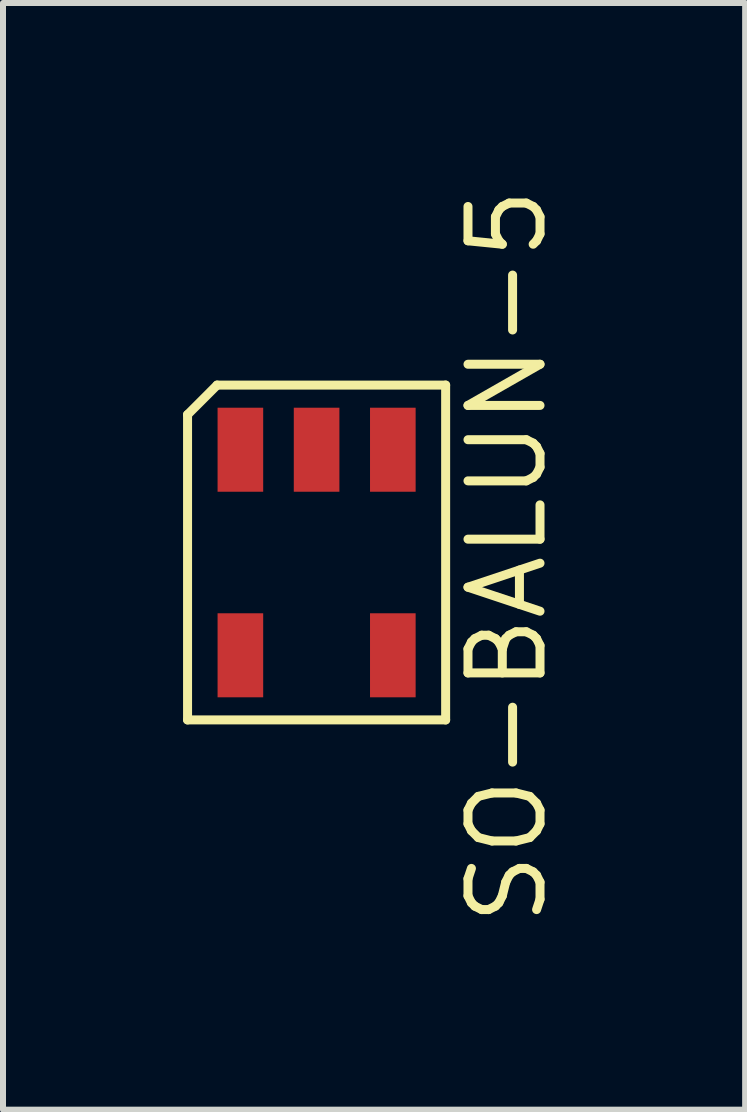
<source format=kicad_pcb>
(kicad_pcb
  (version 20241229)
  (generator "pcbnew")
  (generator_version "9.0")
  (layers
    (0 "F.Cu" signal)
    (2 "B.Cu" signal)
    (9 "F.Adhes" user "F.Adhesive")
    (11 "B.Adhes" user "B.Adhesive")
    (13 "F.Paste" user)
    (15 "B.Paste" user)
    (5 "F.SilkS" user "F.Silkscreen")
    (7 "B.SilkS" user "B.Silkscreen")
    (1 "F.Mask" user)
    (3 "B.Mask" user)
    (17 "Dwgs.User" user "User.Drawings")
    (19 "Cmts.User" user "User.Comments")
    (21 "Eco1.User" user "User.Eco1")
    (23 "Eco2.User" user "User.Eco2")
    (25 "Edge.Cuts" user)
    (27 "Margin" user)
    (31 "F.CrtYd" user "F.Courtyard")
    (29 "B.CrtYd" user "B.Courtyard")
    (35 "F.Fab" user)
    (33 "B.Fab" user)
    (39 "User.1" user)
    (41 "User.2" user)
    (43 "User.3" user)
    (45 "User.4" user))
  (footprint "SO-BALUN-5"
    (layer "F.Cu")
    (at 2.225 6.219)
    (property "Reference" "SO-BALUN-5" (at 3.175 0 90) (layer "F.SilkS") (effects (font (size 1.2 1.2) (thickness 0.15))))
    (attr smd)
    (fp_line (start -2.15 -2.361) (end -2.15 2.726) (stroke (width 0.15) (type solid)) (layer "F.SilkS"))
    (fp_line (start -2.15 2.726) (end 2.15 2.726) (stroke (width 0.15) (type solid)) (layer "F.SilkS"))
    (fp_line (start -1.658 -2.853) (end -2.15 -2.361) (stroke (width 0.15) (type solid)) (layer "F.SilkS"))
    (fp_line (start 2.15 -2.853) (end -1.658 -2.853) (stroke (width 0.15) (type solid)) (layer "F.SilkS"))
    (fp_line (start 2.15 2.726) (end 2.15 -2.853) (stroke (width 0.15) (type solid)) (layer "F.SilkS"))
    (pad "1" smd rect (at -1.27 -1.776) (size 0.76 1.4) (layers "F.Cu" "F.Mask" "F.Paste"))
    (pad "2" smd rect (at 0 -1.776) (size 0.76 1.4) (layers "F.Cu" "F.Mask" "F.Paste"))
    (pad "3" smd rect (at 1.27 -1.776) (size 0.76 1.4) (layers "F.Cu" "F.Mask" "F.Paste"))
    (pad "4" smd rect (at 1.27 1.649) (size 0.76 1.4) (layers "F.Cu" "F.Mask" "F.Paste"))
    (pad "5" smd rect (at -1.27 1.649) (size 0.76 1.4) (layers "F.Cu" "F.Mask" "F.Paste")))
  (gr_rect
    (start -3 -3)
    (end 9.365 15.439)
    (stroke (width 0.1) (type default))
    (fill no)
    (layer "Edge.Cuts")))
</source>
